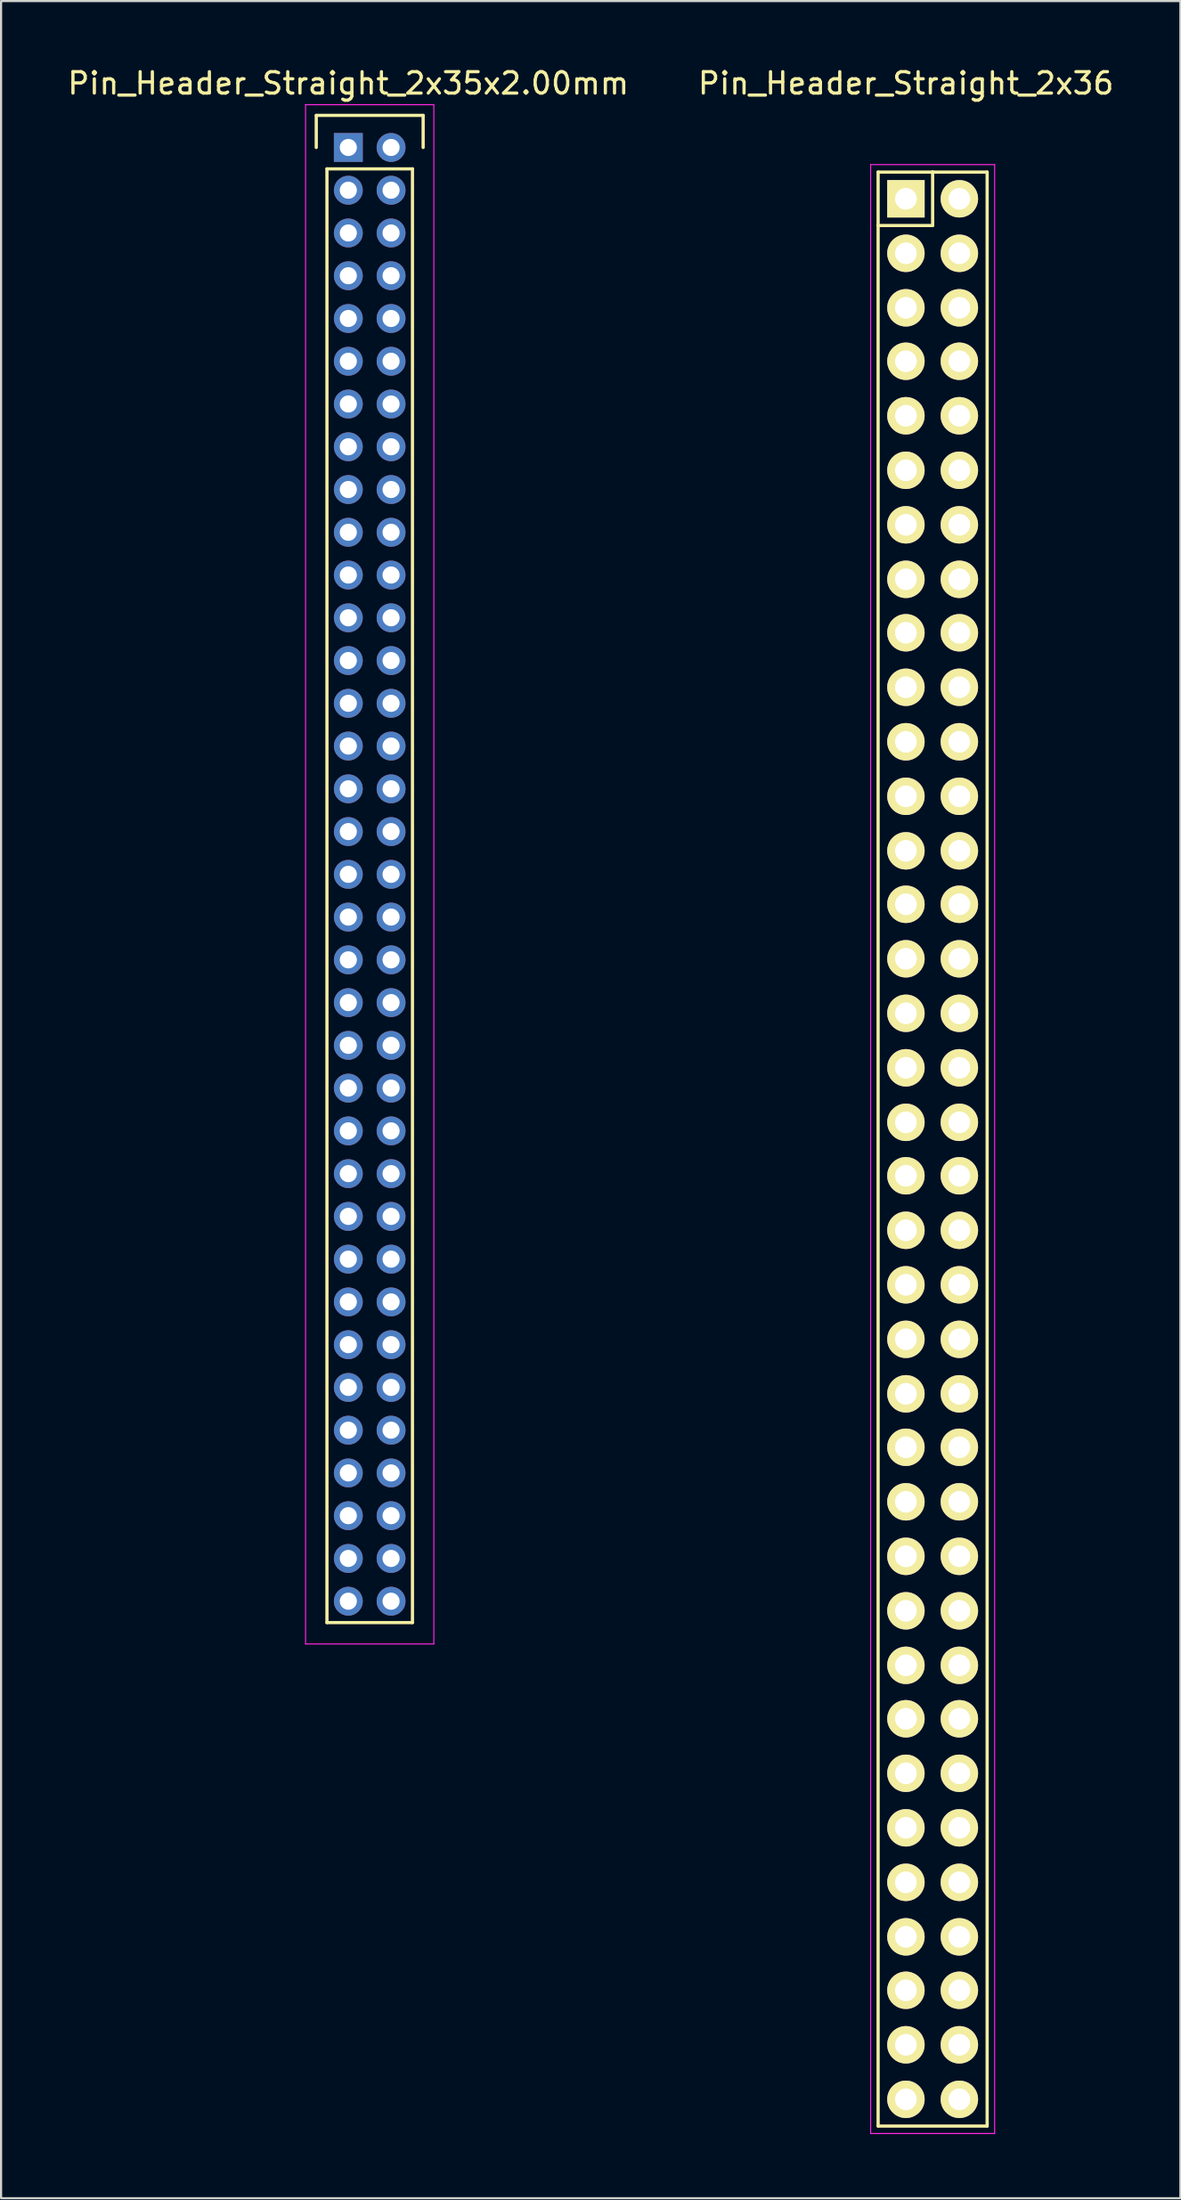
<source format=kicad_pcb>
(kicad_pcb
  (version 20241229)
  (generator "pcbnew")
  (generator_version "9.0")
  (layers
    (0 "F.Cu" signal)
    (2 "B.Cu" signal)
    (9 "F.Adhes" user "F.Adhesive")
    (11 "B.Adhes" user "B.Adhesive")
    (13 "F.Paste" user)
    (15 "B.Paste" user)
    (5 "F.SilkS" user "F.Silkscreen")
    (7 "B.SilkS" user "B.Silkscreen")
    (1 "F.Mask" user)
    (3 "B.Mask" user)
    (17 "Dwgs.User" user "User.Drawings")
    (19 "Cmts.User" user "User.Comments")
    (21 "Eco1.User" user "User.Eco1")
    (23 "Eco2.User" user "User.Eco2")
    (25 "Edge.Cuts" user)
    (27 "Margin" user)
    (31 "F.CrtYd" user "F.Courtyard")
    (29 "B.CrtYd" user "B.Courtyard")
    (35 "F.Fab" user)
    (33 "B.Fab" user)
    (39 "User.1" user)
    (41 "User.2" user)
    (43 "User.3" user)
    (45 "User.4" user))
  (footprint "Pin_Header_Straight_2x36"
    (layer "F.Cu")
    (at 39.327 6.248)
    (property "Reference" "Pin_Header_Straight_2x36" (at 0 -5.4 0) (layer "F.SilkS") (effects (font (size 1 1) (thickness 0.15))))
    (attr through_hole)
    (fp_line (start -1.3 -1.25) (end -1.3 1.25) (stroke (width 0.15) (type solid)) (layer "F.SilkS"))
    (fp_line (start -1.3 -1.25) (end 1.25 -1.25) (stroke (width 0.15) (type solid)) (layer "F.SilkS"))
    (fp_line (start -1.3 1.25) (end -1.3 90.15) (stroke (width 0.15) (type solid)) (layer "F.SilkS"))
    (fp_line (start 1.25 -1.25) (end 1.25 1.25) (stroke (width 0.15) (type solid)) (layer "F.SilkS"))
    (fp_line (start 1.25 1.25) (end -1.3 1.25) (stroke (width 0.15) (type solid)) (layer "F.SilkS"))
    (fp_line (start 3.8 -1.25) (end 1.25 -1.25) (stroke (width 0.15) (type solid)) (layer "F.SilkS"))
    (fp_line (start 3.8 90.15) (end -1.3 90.15) (stroke (width 0.15) (type solid)) (layer "F.SilkS"))
    (fp_line (start 3.8 90.15) (end 3.8 -1.25) (stroke (width 0.15) (type solid)) (layer "F.SilkS"))
    (fp_line (start -1.65 -1.6) (end -1.65 90.5) (stroke (width 0.05) (type solid)) (layer "F.CrtYd"))
    (fp_line (start -1.65 -1.6) (end 4.15 -1.6) (stroke (width 0.05) (type solid)) (layer "F.CrtYd"))
    (fp_line (start -1.65 90.5) (end 4.15 90.5) (stroke (width 0.05) (type solid)) (layer "F.CrtYd"))
    (fp_line (start 4.15 -1.6) (end 4.15 90.5) (stroke (width 0.05) (type solid)) (layer "F.CrtYd"))
    (pad "1" thru_hole rect (at 0 0) (size 1.75 1.75) (drill 1.016) (layers "*.Cu" "*.Mask" "F.SilkS"))
    (pad "2" thru_hole oval (at 2.5 0) (size 1.75 1.75) (drill 1.016) (layers "*.Cu" "*.Mask" "F.SilkS"))
    (pad "3" thru_hole oval (at 0 2.55) (size 1.75 1.75) (drill 1.016) (layers "*.Cu" "*.Mask" "F.SilkS"))
    (pad "4" thru_hole oval (at 2.5 2.55) (size 1.75 1.75) (drill 1.016) (layers "*.Cu" "*.Mask" "F.SilkS"))
    (pad "5" thru_hole oval (at 0 5.1) (size 1.75 1.75) (drill 1.016) (layers "*.Cu" "*.Mask" "F.SilkS"))
    (pad "6" thru_hole oval (at 2.5 5.1) (size 1.75 1.75) (drill 1.016) (layers "*.Cu" "*.Mask" "F.SilkS"))
    (pad "7" thru_hole oval (at 0 7.6) (size 1.75 1.75) (drill 1.016) (layers "*.Cu" "*.Mask" "F.SilkS"))
    (pad "8" thru_hole oval (at 2.5 7.6) (size 1.75 1.75) (drill 1.016) (layers "*.Cu" "*.Mask" "F.SilkS"))
    (pad "9" thru_hole oval (at 0 10.15) (size 1.75 1.75) (drill 1.016) (layers "*.Cu" "*.Mask" "F.SilkS"))
    (pad "10" thru_hole oval (at 2.5 10.15) (size 1.75 1.75) (drill 1.016) (layers "*.Cu" "*.Mask" "F.SilkS"))
    (pad "11" thru_hole oval (at 0 12.7) (size 1.75 1.75) (drill 1.016) (layers "*.Cu" "*.Mask" "F.SilkS"))
    (pad "12" thru_hole oval (at 2.5 12.7) (size 1.75 1.75) (drill 1.016) (layers "*.Cu" "*.Mask" "F.SilkS"))
    (pad "13" thru_hole oval (at 0 15.25) (size 1.75 1.75) (drill 1.016) (layers "*.Cu" "*.Mask" "F.SilkS"))
    (pad "14" thru_hole oval (at 2.5 15.25) (size 1.75 1.75) (drill 1.016) (layers "*.Cu" "*.Mask" "F.SilkS"))
    (pad "15" thru_hole oval (at 0 17.8) (size 1.75 1.75) (drill 1.016) (layers "*.Cu" "*.Mask" "F.SilkS"))
    (pad "16" thru_hole oval (at 2.5 17.8) (size 1.75 1.75) (drill 1.016) (layers "*.Cu" "*.Mask" "F.SilkS"))
    (pad "17" thru_hole oval (at 0 20.3) (size 1.75 1.75) (drill 1.016) (layers "*.Cu" "*.Mask" "F.SilkS"))
    (pad "18" thru_hole oval (at 2.5 20.3) (size 1.75 1.75) (drill 1.016) (layers "*.Cu" "*.Mask" "F.SilkS"))
    (pad "19" thru_hole oval (at 0 22.85) (size 1.75 1.75) (drill 1.016) (layers "*.Cu" "*.Mask" "F.SilkS"))
    (pad "20" thru_hole oval (at 2.5 22.85) (size 1.75 1.75) (drill 1.016) (layers "*.Cu" "*.Mask" "F.SilkS"))
    (pad "21" thru_hole oval (at 0 25.4) (size 1.75 1.75) (drill 1.016) (layers "*.Cu" "*.Mask" "F.SilkS"))
    (pad "22" thru_hole oval (at 2.5 25.4) (size 1.75 1.75) (drill 1.016) (layers "*.Cu" "*.Mask" "F.SilkS"))
    (pad "23" thru_hole oval (at 0 27.95) (size 1.75 1.75) (drill 1.016) (layers "*.Cu" "*.Mask" "F.SilkS"))
    (pad "24" thru_hole oval (at 2.5 27.95) (size 1.75 1.75) (drill 1.016) (layers "*.Cu" "*.Mask" "F.SilkS"))
    (pad "25" thru_hole oval (at 0 30.5) (size 1.75 1.75) (drill 1.016) (layers "*.Cu" "*.Mask" "F.SilkS"))
    (pad "26" thru_hole oval (at 2.5 30.5) (size 1.75 1.75) (drill 1.016) (layers "*.Cu" "*.Mask" "F.SilkS"))
    (pad "27" thru_hole oval (at 0 33) (size 1.75 1.75) (drill 1.016) (layers "*.Cu" "*.Mask" "F.SilkS"))
    (pad "28" thru_hole oval (at 2.5 33) (size 1.75 1.75) (drill 1.016) (layers "*.Cu" "*.Mask" "F.SilkS"))
    (pad "29" thru_hole oval (at 0 35.55) (size 1.75 1.75) (drill 1.016) (layers "*.Cu" "*.Mask" "F.SilkS"))
    (pad "30" thru_hole oval (at 2.5 35.55) (size 1.75 1.75) (drill 1.016) (layers "*.Cu" "*.Mask" "F.SilkS"))
    (pad "31" thru_hole oval (at 0 38.1) (size 1.75 1.75) (drill 1.016) (layers "*.Cu" "*.Mask" "F.SilkS"))
    (pad "32" thru_hole oval (at 2.5 38.1) (size 1.75 1.75) (drill 1.016) (layers "*.Cu" "*.Mask" "F.SilkS"))
    (pad "33" thru_hole oval (at 0 40.65) (size 1.75 1.75) (drill 1.016) (layers "*.Cu" "*.Mask" "F.SilkS"))
    (pad "34" thru_hole oval (at 2.5 40.65) (size 1.75 1.75) (drill 1.016) (layers "*.Cu" "*.Mask" "F.SilkS"))
    (pad "35" thru_hole oval (at 0 43.2) (size 1.75 1.75) (drill 1.016) (layers "*.Cu" "*.Mask" "F.SilkS"))
    (pad "36" thru_hole oval (at 2.5 43.2) (size 1.75 1.75) (drill 1.016) (layers "*.Cu" "*.Mask" "F.SilkS"))
    (pad "37" thru_hole oval (at 0 45.7) (size 1.75 1.75) (drill 1.016) (layers "*.Cu" "*.Mask" "F.SilkS"))
    (pad "38" thru_hole oval (at 2.5 45.7) (size 1.75 1.75) (drill 1.016) (layers "*.Cu" "*.Mask" "F.SilkS"))
    (pad "39" thru_hole oval (at 0 48.25) (size 1.75 1.75) (drill 1.016) (layers "*.Cu" "*.Mask" "F.SilkS"))
    (pad "40" thru_hole oval (at 2.5 48.25) (size 1.75 1.75) (drill 1.016) (layers "*.Cu" "*.Mask" "F.SilkS"))
    (pad "41" thru_hole oval (at 0 50.8) (size 1.75 1.75) (drill 1.016) (layers "*.Cu" "*.Mask" "F.SilkS"))
    (pad "42" thru_hole oval (at 2.5 50.8) (size 1.75 1.75) (drill 1.016) (layers "*.Cu" "*.Mask" "F.SilkS"))
    (pad "43" thru_hole oval (at 0 53.35) (size 1.75 1.75) (drill 1.016) (layers "*.Cu" "*.Mask" "F.SilkS"))
    (pad "44" thru_hole oval (at 2.5 53.35) (size 1.75 1.75) (drill 1.016) (layers "*.Cu" "*.Mask" "F.SilkS"))
    (pad "45" thru_hole oval (at 0 55.9) (size 1.75 1.75) (drill 1.016) (layers "*.Cu" "*.Mask" "F.SilkS"))
    (pad "46" thru_hole oval (at 2.5 55.9) (size 1.75 1.75) (drill 1.016) (layers "*.Cu" "*.Mask" "F.SilkS"))
    (pad "47" thru_hole oval (at 0 58.4) (size 1.75 1.75) (drill 1.016) (layers "*.Cu" "*.Mask" "F.SilkS"))
    (pad "48" thru_hole oval (at 2.5 58.4) (size 1.75 1.75) (drill 1.016) (layers "*.Cu" "*.Mask" "F.SilkS"))
    (pad "49" thru_hole oval (at 0 60.95) (size 1.75 1.75) (drill 1.016) (layers "*.Cu" "*.Mask" "F.SilkS"))
    (pad "50" thru_hole oval (at 2.5 60.95) (size 1.75 1.75) (drill 1.016) (layers "*.Cu" "*.Mask" "F.SilkS"))
    (pad "51" thru_hole oval (at 0 63.5) (size 1.75 1.75) (drill 1.016) (layers "*.Cu" "*.Mask" "F.SilkS"))
    (pad "52" thru_hole oval (at 2.5 63.5) (size 1.75 1.75) (drill 1.016) (layers "*.Cu" "*.Mask" "F.SilkS"))
    (pad "53" thru_hole oval (at 0 66.05) (size 1.75 1.75) (drill 1.016) (layers "*.Cu" "*.Mask" "F.SilkS"))
    (pad "54" thru_hole oval (at 2.5 66.05) (size 1.75 1.75) (drill 1.016) (layers "*.Cu" "*.Mask" "F.SilkS"))
    (pad "55" thru_hole oval (at 0 68.6) (size 1.75 1.75) (drill 1.016) (layers "*.Cu" "*.Mask" "F.SilkS"))
    (pad "56" thru_hole oval (at 2.5 68.6) (size 1.75 1.75) (drill 1.016) (layers "*.Cu" "*.Mask" "F.SilkS"))
    (pad "57" thru_hole oval (at 0 71.1) (size 1.75 1.75) (drill 1.016) (layers "*.Cu" "*.Mask" "F.SilkS"))
    (pad "58" thru_hole oval (at 2.5 71.1) (size 1.75 1.75) (drill 1.016) (layers "*.Cu" "*.Mask" "F.SilkS"))
    (pad "59" thru_hole oval (at 0 73.65) (size 1.75 1.75) (drill 1.016) (layers "*.Cu" "*.Mask" "F.SilkS"))
    (pad "60" thru_hole oval (at 2.5 73.65) (size 1.75 1.75) (drill 1.016) (layers "*.Cu" "*.Mask" "F.SilkS"))
    (pad "61" thru_hole oval (at 0 76.2) (size 1.75 1.75) (drill 1.016) (layers "*.Cu" "*.Mask" "F.SilkS"))
    (pad "62" thru_hole oval (at 2.5 76.2) (size 1.75 1.75) (drill 1.016) (layers "*.Cu" "*.Mask" "F.SilkS"))
    (pad "63" thru_hole oval (at 0 78.75) (size 1.75 1.75) (drill 1.016) (layers "*.Cu" "*.Mask" "F.SilkS"))
    (pad "64" thru_hole oval (at 2.5 78.75) (size 1.75 1.75) (drill 1.016) (layers "*.Cu" "*.Mask" "F.SilkS"))
    (pad "65" thru_hole oval (at 0 81.3) (size 1.75 1.75) (drill 1.016) (layers "*.Cu" "*.Mask" "F.SilkS"))
    (pad "66" thru_hole oval (at 2.5 81.3) (size 1.75 1.75) (drill 1.016) (layers "*.Cu" "*.Mask" "F.SilkS"))
    (pad "67" thru_hole oval (at 0 83.8) (size 1.75 1.75) (drill 1.016) (layers "*.Cu" "*.Mask" "F.SilkS"))
    (pad "68" thru_hole oval (at 2.5 83.8) (size 1.75 1.75) (drill 1.016) (layers "*.Cu" "*.Mask" "F.SilkS"))
    (pad "69" thru_hole oval (at 0 86.35) (size 1.75 1.75) (drill 1.016) (layers "*.Cu" "*.Mask" "F.SilkS"))
    (pad "70" thru_hole oval (at 2.5 86.35) (size 1.75 1.75) (drill 1.016) (layers "*.Cu" "*.Mask" "F.SilkS"))
    (pad "71" thru_hole oval (at 0 88.9) (size 1.75 1.75) (drill 1.016) (layers "*.Cu" "*.Mask" "F.SilkS"))
    (pad "72" thru_hole oval (at 2.5 88.9) (size 1.75 1.75) (drill 1.016) (layers "*.Cu" "*.Mask" "F.SilkS")))
  (footprint "Pin_Header_Straight_2x35x2.00mm"
    (layer "F.Cu")
    (at 13.244 3.848)
    (property "Reference" "Pin_Header_Straight_2x35x2.00mm" (at 0 -3 0) (layer "F.SilkS") (effects (font (size 1 1) (thickness 0.15))))
    (attr through_hole)
    (fp_line (start -1.5 -1.5) (end 3.5 -1.5) (stroke (width 0.15) (type solid)) (layer "F.SilkS"))
    (fp_line (start -1.5 0) (end -1.5 -1.5) (stroke (width 0.15) (type solid)) (layer "F.SilkS"))
    (fp_line (start -1 1) (end 3 1) (stroke (width 0.15) (type solid)) (layer "F.SilkS"))
    (fp_line (start -1 69) (end -1 1) (stroke (width 0.15) (type solid)) (layer "F.SilkS"))
    (fp_line (start 3 1) (end 3 69) (stroke (width 0.15) (type solid)) (layer "F.SilkS"))
    (fp_line (start 3 69) (end -1 69) (stroke (width 0.15) (type solid)) (layer "F.SilkS"))
    (fp_line (start 3.5 -1.5) (end 3.5 0) (stroke (width 0.15) (type solid)) (layer "F.SilkS"))
    (fp_line (start -2 -2) (end 4 -2) (stroke (width 0.05) (type solid)) (layer "F.CrtYd"))
    (fp_line (start -2 70) (end -2 -2) (stroke (width 0.05) (type solid)) (layer "F.CrtYd"))
    (fp_line (start 4 -2) (end 4 70) (stroke (width 0.05) (type solid)) (layer "F.CrtYd"))
    (fp_line (start 4 70) (end -2 70) (stroke (width 0.05) (type solid)) (layer "F.CrtYd"))
    (pad "1" thru_hole rect (at 0 0) (size 1.35 1.35) (drill 0.8) (layers "*.Cu" "*.Mask"))
    (pad "2" thru_hole circle (at 2 0) (size 1.35 1.35) (drill 0.8) (layers "*.Cu" "*.Mask"))
    (pad "3" thru_hole circle (at 0 2) (size 1.35 1.35) (drill 0.8) (layers "*.Cu" "*.Mask"))
    (pad "4" thru_hole circle (at 2 2) (size 1.35 1.35) (drill 0.8) (layers "*.Cu" "*.Mask"))
    (pad "5" thru_hole circle (at 0 4) (size 1.35 1.35) (drill 0.8) (layers "*.Cu" "*.Mask"))
    (pad "6" thru_hole circle (at 2 4) (size 1.35 1.35) (drill 0.8) (layers "*.Cu" "*.Mask"))
    (pad "7" thru_hole circle (at 0 6) (size 1.35 1.35) (drill 0.8) (layers "*.Cu" "*.Mask"))
    (pad "8" thru_hole circle (at 2 6) (size 1.35 1.35) (drill 0.8) (layers "*.Cu" "*.Mask"))
    (pad "9" thru_hole circle (at 0 8) (size 1.35 1.35) (drill 0.8) (layers "*.Cu" "*.Mask"))
    (pad "10" thru_hole circle (at 2 8) (size 1.35 1.35) (drill 0.8) (layers "*.Cu" "*.Mask"))
    (pad "11" thru_hole circle (at 0 10) (size 1.35 1.35) (drill 0.8) (layers "*.Cu" "*.Mask"))
    (pad "12" thru_hole circle (at 2 10) (size 1.35 1.35) (drill 0.8) (layers "*.Cu" "*.Mask"))
    (pad "13" thru_hole circle (at 0 12) (size 1.35 1.35) (drill 0.8) (layers "*.Cu" "*.Mask"))
    (pad "14" thru_hole circle (at 2 12) (size 1.35 1.35) (drill 0.8) (layers "*.Cu" "*.Mask"))
    (pad "15" thru_hole circle (at 0 14) (size 1.35 1.35) (drill 0.8) (layers "*.Cu" "*.Mask"))
    (pad "16" thru_hole circle (at 2 14) (size 1.35 1.35) (drill 0.8) (layers "*.Cu" "*.Mask"))
    (pad "17" thru_hole circle (at 0 16) (size 1.35 1.35) (drill 0.8) (layers "*.Cu" "*.Mask"))
    (pad "18" thru_hole circle (at 2 16) (size 1.35 1.35) (drill 0.8) (layers "*.Cu" "*.Mask"))
    (pad "19" thru_hole circle (at 0 18) (size 1.35 1.35) (drill 0.8) (layers "*.Cu" "*.Mask"))
    (pad "20" thru_hole circle (at 2 18) (size 1.35 1.35) (drill 0.8) (layers "*.Cu" "*.Mask"))
    (pad "21" thru_hole circle (at 0 20) (size 1.35 1.35) (drill 0.8) (layers "*.Cu" "*.Mask"))
    (pad "22" thru_hole circle (at 2 20) (size 1.35 1.35) (drill 0.8) (layers "*.Cu" "*.Mask"))
    (pad "23" thru_hole circle (at 0 22) (size 1.35 1.35) (drill 0.8) (layers "*.Cu" "*.Mask"))
    (pad "24" thru_hole circle (at 2 22) (size 1.35 1.35) (drill 0.8) (layers "*.Cu" "*.Mask"))
    (pad "25" thru_hole circle (at 0 24) (size 1.35 1.35) (drill 0.8) (layers "*.Cu" "*.Mask"))
    (pad "26" thru_hole circle (at 2 24) (size 1.35 1.35) (drill 0.8) (layers "*.Cu" "*.Mask"))
    (pad "27" thru_hole circle (at 0 26) (size 1.35 1.35) (drill 0.8) (layers "*.Cu" "*.Mask"))
    (pad "28" thru_hole circle (at 2 26) (size 1.35 1.35) (drill 0.8) (layers "*.Cu" "*.Mask"))
    (pad "29" thru_hole circle (at 0 28) (size 1.35 1.35) (drill 0.8) (layers "*.Cu" "*.Mask"))
    (pad "30" thru_hole circle (at 2 28) (size 1.35 1.35) (drill 0.8) (layers "*.Cu" "*.Mask"))
    (pad "31" thru_hole circle (at 0 30) (size 1.35 1.35) (drill 0.8) (layers "*.Cu" "*.Mask"))
    (pad "32" thru_hole circle (at 2 30) (size 1.35 1.35) (drill 0.8) (layers "*.Cu" "*.Mask"))
    (pad "33" thru_hole circle (at 0 32) (size 1.35 1.35) (drill 0.8) (layers "*.Cu" "*.Mask"))
    (pad "34" thru_hole circle (at 2 32) (size 1.35 1.35) (drill 0.8) (layers "*.Cu" "*.Mask"))
    (pad "35" thru_hole circle (at 0 34) (size 1.35 1.35) (drill 0.8) (layers "*.Cu" "*.Mask"))
    (pad "36" thru_hole circle (at 2 34) (size 1.35 1.35) (drill 0.8) (layers "*.Cu" "*.Mask"))
    (pad "37" thru_hole circle (at 0 36) (size 1.35 1.35) (drill 0.8) (layers "*.Cu" "*.Mask"))
    (pad "38" thru_hole circle (at 2 36) (size 1.35 1.35) (drill 0.8) (layers "*.Cu" "*.Mask"))
    (pad "39" thru_hole circle (at 0 38) (size 1.35 1.35) (drill 0.8) (layers "*.Cu" "*.Mask"))
    (pad "40" thru_hole circle (at 2 38) (size 1.35 1.35) (drill 0.8) (layers "*.Cu" "*.Mask"))
    (pad "41" thru_hole circle (at 0 40) (size 1.35 1.35) (drill 0.8) (layers "*.Cu" "*.Mask"))
    (pad "42" thru_hole circle (at 2 40) (size 1.35 1.35) (drill 0.8) (layers "*.Cu" "*.Mask"))
    (pad "43" thru_hole circle (at 0 42) (size 1.35 1.35) (drill 0.8) (layers "*.Cu" "*.Mask"))
    (pad "44" thru_hole circle (at 2 42) (size 1.35 1.35) (drill 0.8) (layers "*.Cu" "*.Mask"))
    (pad "45" thru_hole circle (at 0 44) (size 1.35 1.35) (drill 0.8) (layers "*.Cu" "*.Mask"))
    (pad "46" thru_hole circle (at 2 44) (size 1.35 1.35) (drill 0.8) (layers "*.Cu" "*.Mask"))
    (pad "47" thru_hole circle (at 0 46) (size 1.35 1.35) (drill 0.8) (layers "*.Cu" "*.Mask"))
    (pad "48" thru_hole circle (at 2 46) (size 1.35 1.35) (drill 0.8) (layers "*.Cu" "*.Mask"))
    (pad "49" thru_hole circle (at 0 48) (size 1.35 1.35) (drill 0.8) (layers "*.Cu" "*.Mask"))
    (pad "50" thru_hole circle (at 2 48) (size 1.35 1.35) (drill 0.8) (layers "*.Cu" "*.Mask"))
    (pad "51" thru_hole circle (at 0 50) (size 1.35 1.35) (drill 0.8) (layers "*.Cu" "*.Mask"))
    (pad "52" thru_hole circle (at 2 50) (size 1.35 1.35) (drill 0.8) (layers "*.Cu" "*.Mask"))
    (pad "53" thru_hole circle (at 0 52) (size 1.35 1.35) (drill 0.8) (layers "*.Cu" "*.Mask"))
    (pad "54" thru_hole circle (at 2 52) (size 1.35 1.35) (drill 0.8) (layers "*.Cu" "*.Mask"))
    (pad "55" thru_hole circle (at 0 54) (size 1.35 1.35) (drill 0.8) (layers "*.Cu" "*.Mask"))
    (pad "56" thru_hole circle (at 2 54) (size 1.35 1.35) (drill 0.8) (layers "*.Cu" "*.Mask"))
    (pad "57" thru_hole circle (at 0 56) (size 1.35 1.35) (drill 0.8) (layers "*.Cu" "*.Mask"))
    (pad "58" thru_hole circle (at 2 56) (size 1.35 1.35) (drill 0.8) (layers "*.Cu" "*.Mask"))
    (pad "59" thru_hole circle (at 0 58) (size 1.35 1.35) (drill 0.8) (layers "*.Cu" "*.Mask"))
    (pad "60" thru_hole circle (at 2 58) (size 1.35 1.35) (drill 0.8) (layers "*.Cu" "*.Mask"))
    (pad "61" thru_hole circle (at 0 60) (size 1.35 1.35) (drill 0.8) (layers "*.Cu" "*.Mask"))
    (pad "62" thru_hole circle (at 2 60) (size 1.35 1.35) (drill 0.8) (layers "*.Cu" "*.Mask"))
    (pad "63" thru_hole circle (at 0 62) (size 1.35 1.35) (drill 0.8) (layers "*.Cu" "*.Mask"))
    (pad "64" thru_hole circle (at 2 62) (size 1.35 1.35) (drill 0.8) (layers "*.Cu" "*.Mask"))
    (pad "65" thru_hole circle (at 0 64) (size 1.35 1.35) (drill 0.8) (layers "*.Cu" "*.Mask"))
    (pad "66" thru_hole circle (at 2 64) (size 1.35 1.35) (drill 0.8) (layers "*.Cu" "*.Mask"))
    (pad "67" thru_hole circle (at 0 66) (size 1.35 1.35) (drill 0.8) (layers "*.Cu" "*.Mask"))
    (pad "68" thru_hole circle (at 2 66) (size 1.35 1.35) (drill 0.8) (layers "*.Cu" "*.Mask"))
    (pad "69" thru_hole circle (at 0 68) (size 1.35 1.35) (drill 0.8) (layers "*.Cu" "*.Mask"))
    (pad "70" thru_hole circle (at 2 68) (size 1.35 1.35) (drill 0.8) (layers "*.Cu" "*.Mask")))
  (gr_rect
    (start -3 -3)
    (end 52.167 99.773)
    (stroke (width 0.1) (type default))
    (fill no)
    (layer "Edge.Cuts")))
</source>
